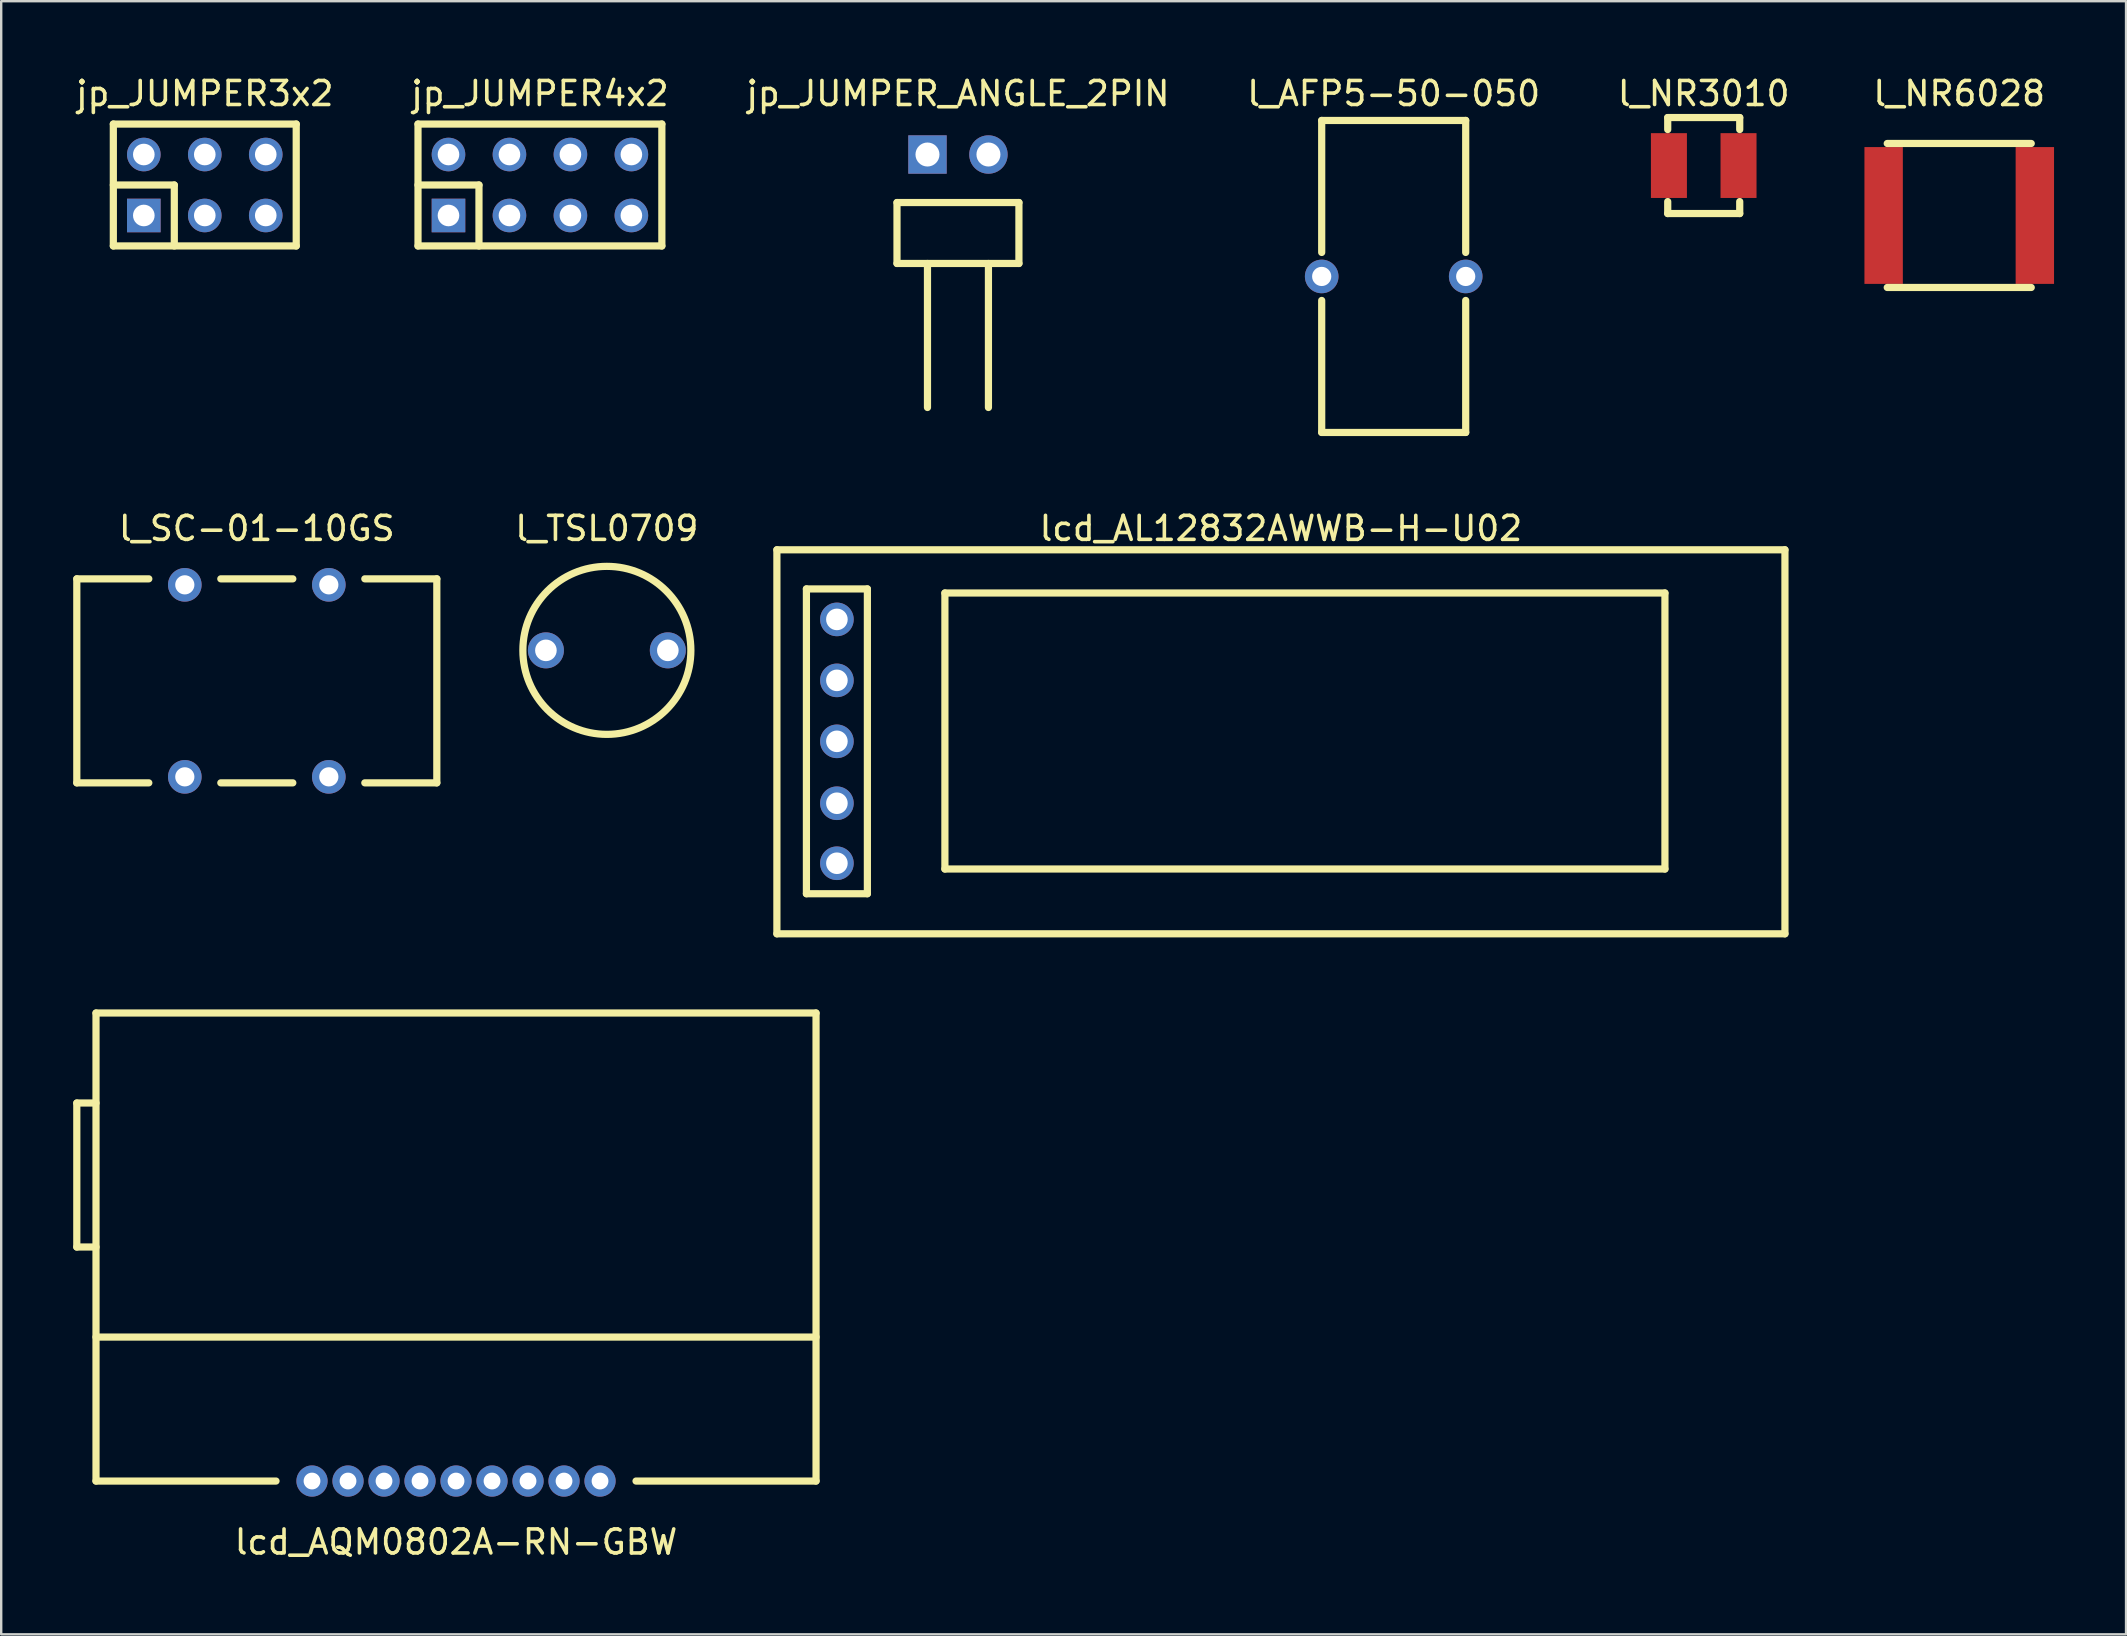
<source format=kicad_pcb>
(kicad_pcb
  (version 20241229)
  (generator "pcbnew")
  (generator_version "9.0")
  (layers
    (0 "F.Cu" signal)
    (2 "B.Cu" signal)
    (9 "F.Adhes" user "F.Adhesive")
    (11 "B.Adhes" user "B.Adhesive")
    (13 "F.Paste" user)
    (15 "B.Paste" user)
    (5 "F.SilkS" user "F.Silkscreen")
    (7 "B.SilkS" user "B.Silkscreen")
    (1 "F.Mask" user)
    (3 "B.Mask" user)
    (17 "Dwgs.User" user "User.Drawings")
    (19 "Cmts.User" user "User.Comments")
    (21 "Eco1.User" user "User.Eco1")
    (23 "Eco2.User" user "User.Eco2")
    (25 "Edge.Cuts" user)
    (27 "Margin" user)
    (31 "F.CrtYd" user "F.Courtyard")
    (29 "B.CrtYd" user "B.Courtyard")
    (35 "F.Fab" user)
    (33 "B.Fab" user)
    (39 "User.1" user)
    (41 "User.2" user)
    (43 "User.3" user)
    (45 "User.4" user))
  (footprint "l_SC-01-10GS"
    (layer "F.Cu")
    (at 7.65 25.317)
    (property "Reference" "l_SC-01-10GS" (at 0 -6.35 0) (layer "F.SilkS") (effects (font (size 1 1) (thickness 0.15))))
    (attr through_hole)
    (fp_line (start -7.5 -4.25) (end -7.5 4.25) (stroke (width 0.3) (type solid)) (layer "F.SilkS"))
    (fp_line (start -7.5 -4.25) (end -4.5 -4.25) (stroke (width 0.3) (type solid)) (layer "F.SilkS"))
    (fp_line (start -7.5 4.25) (end -4.5 4.25) (stroke (width 0.3) (type solid)) (layer "F.SilkS"))
    (fp_line (start -1.5 -4.25) (end 1.5 -4.25) (stroke (width 0.3) (type solid)) (layer "F.SilkS"))
    (fp_line (start -1.5 4.25) (end 1.5 4.25) (stroke (width 0.3) (type solid)) (layer "F.SilkS"))
    (fp_line (start 7.5 -4.25) (end 4.5 -4.25) (stroke (width 0.3) (type solid)) (layer "F.SilkS"))
    (fp_line (start 7.5 -4.25) (end 7.5 4.25) (stroke (width 0.3) (type solid)) (layer "F.SilkS"))
    (fp_line (start 7.5 4.25) (end 4.5 4.25) (stroke (width 0.3) (type solid)) (layer "F.SilkS"))
    (pad "1" thru_hole circle (at -3 4) (size 1.4 1.4) (drill 0.8) (layers "*.Cu" "*.Mask"))
    (pad "2" thru_hole circle (at 3 4) (size 1.4 1.4) (drill 0.8) (layers "*.Cu" "*.Mask"))
    (pad "3" thru_hole circle (at 3 -4) (size 1.4 1.4) (drill 0.8) (layers "*.Cu" "*.Mask"))
    (pad "4" thru_hole circle (at -3 -4) (size 1.4 1.4) (drill 0.8) (layers "*.Cu" "*.Mask")))
  (footprint "lcd_AL12832AWWB-H-U02"
    (layer "F.Cu")
    (at 50.319 27.857)
    (property "Reference" "lcd_AL12832AWWB-H-U02" (at 0 -8.89 0) (layer "F.SilkS") (effects (font (size 1 1) (thickness 0.15))))
    (attr through_hole)
    (fp_line (start -21 -8) (end -21 8) (stroke (width 0.3) (type solid)) (layer "F.SilkS"))
    (fp_line (start -21 8) (end 21 8) (stroke (width 0.3) (type solid)) (layer "F.SilkS"))
    (fp_line (start -19.77 -6.37) (end -19.77 6.33) (stroke (width 0.3) (type solid)) (layer "F.SilkS"))
    (fp_line (start -19.77 6.33) (end -17.23 6.33) (stroke (width 0.3) (type solid)) (layer "F.SilkS"))
    (fp_line (start -17.23 -6.37) (end -19.77 -6.37) (stroke (width 0.3) (type solid)) (layer "F.SilkS"))
    (fp_line (start -17.23 6.33) (end -17.23 -6.37) (stroke (width 0.3) (type solid)) (layer "F.SilkS"))
    (fp_line (start -14 -6.2) (end -14 5.3) (stroke (width 0.3) (type solid)) (layer "F.SilkS"))
    (fp_line (start -14 5.3) (end 16 5.3) (stroke (width 0.3) (type solid)) (layer "F.SilkS"))
    (fp_line (start 16 -6.2) (end -14 -6.2) (stroke (width 0.3) (type solid)) (layer "F.SilkS"))
    (fp_line (start 16 5.3) (end 16 -6.2) (stroke (width 0.3) (type solid)) (layer "F.SilkS"))
    (fp_line (start 21 -8) (end -21 -8) (stroke (width 0.3) (type solid)) (layer "F.SilkS"))
    (fp_line (start 21 8) (end 21 -8) (stroke (width 0.3) (type solid)) (layer "F.SilkS"))
    (pad "1" thru_hole circle (at -18.5 5.06) (size 1.4 1.4) (drill 0.9) (layers "*.Cu" "*.Mask"))
    (pad "2" thru_hole circle (at -18.5 2.56) (size 1.4 1.4) (drill 0.9) (layers "*.Cu" "*.Mask"))
    (pad "3" thru_hole circle (at -18.5 -0.02) (size 1.4 1.4) (drill 0.9) (layers "*.Cu" "*.Mask"))
    (pad "4" thru_hole circle (at -18.5 -2.56) (size 1.4 1.4) (drill 0.9) (layers "*.Cu" "*.Mask"))
    (pad "5" thru_hole circle (at -18.5 -5.1) (size 1.4 1.4) (drill 0.9) (layers "*.Cu" "*.Mask")))
  (footprint "lcd_AQM0802A-RN-GBW"
    (layer "F.Cu")
    (at 15.95 58.657)
    (property "Reference" "lcd_AQM0802A-RN-GBW" (at 0 2.54 0) (layer "F.SilkS") (effects (font (size 1 1) (thickness 0.15))))
    (attr through_hole)
    (fp_line (start -15.8 -15.75) (end -15.8 -9.75) (stroke (width 0.3) (type solid)) (layer "F.SilkS"))
    (fp_line (start -15.8 -9.75) (end -15 -9.75) (stroke (width 0.3) (type solid)) (layer "F.SilkS"))
    (fp_line (start -15 -19.5) (end 15 -19.5) (stroke (width 0.3) (type solid)) (layer "F.SilkS"))
    (fp_line (start -15 -15.75) (end -15.8 -15.75) (stroke (width 0.3) (type solid)) (layer "F.SilkS"))
    (fp_line (start -15 -6) (end 15 -6) (stroke (width 0.3) (type solid)) (layer "F.SilkS"))
    (fp_line (start -15 0) (end -15 -19.5) (stroke (width 0.3) (type solid)) (layer "F.SilkS"))
    (fp_line (start -15 0) (end -7.5 0) (stroke (width 0.3) (type solid)) (layer "F.SilkS"))
    (fp_line (start 7.5 0) (end 15 0) (stroke (width 0.3) (type solid)) (layer "F.SilkS"))
    (fp_line (start 15 0) (end 15 -19.5) (stroke (width 0.3) (type solid)) (layer "F.SilkS"))
    (pad "1" thru_hole circle (at -6 0) (size 1.3 1.3) (drill 0.7) (layers "*.Cu" "*.Mask"))
    (pad "2" thru_hole circle (at -4.5 0) (size 1.3 1.3) (drill 0.7) (layers "*.Cu" "*.Mask"))
    (pad "3" thru_hole circle (at -3 0) (size 1.3 1.3) (drill 0.7) (layers "*.Cu" "*.Mask"))
    (pad "4" thru_hole circle (at -1.5 0) (size 1.3 1.3) (drill 0.7) (layers "*.Cu" "*.Mask"))
    (pad "5" thru_hole circle (at 0 0) (size 1.3 1.3) (drill 0.7) (layers "*.Cu" "*.Mask"))
    (pad "6" thru_hole circle (at 1.5 0) (size 1.3 1.3) (drill 0.7) (layers "*.Cu" "*.Mask"))
    (pad "7" thru_hole circle (at 3 0) (size 1.3 1.3) (drill 0.7) (layers "*.Cu" "*.Mask"))
    (pad "8" thru_hole circle (at 4.5 0) (size 1.3 1.3) (drill 0.7) (layers "*.Cu" "*.Mask"))
    (pad "9" thru_hole circle (at 6 0) (size 1.3 1.3) (drill 0.7) (layers "*.Cu" "*.Mask")))
  (footprint "l_NR6028"
    (layer "F.Cu")
    (at 78.581 5.928)
    (property "Reference" "l_NR6028" (at 0 -5.08 0) (layer "F.SilkS") (effects (font (size 1 1) (thickness 0.15))))
    (attr through_hole)
    (fp_line (start -3 -3) (end 3 -3) (stroke (width 0.3) (type solid)) (layer "F.SilkS"))
    (fp_line (start -3 3) (end 3 3) (stroke (width 0.3) (type solid)) (layer "F.SilkS"))
    (pad "1" smd rect (at -3.15 0) (size 1.6 5.7) (layers "F.Cu" "F.Mask" "F.Paste"))
    (pad "2" smd rect (at 3.15 0) (size 1.6 5.7) (layers "F.Cu" "F.Mask" "F.Paste")))
  (footprint "l_TSL0709"
    (layer "F.Cu")
    (at 22.235 24.047)
    (property "Reference" "l_TSL0709" (at 0 -5.08 0) (layer "F.SilkS") (effects (font (size 1 1) (thickness 0.15))))
    (attr through_hole)
    (fp_circle (center 0 0) (end 3.5 0) (stroke (width 0.3) (type solid)) (fill no) (layer "F.SilkS"))
    (pad "1" thru_hole circle (at -2.54 0) (size 1.5 1.5) (drill 0.9) (layers "*.Cu" "*.Mask"))
    (pad "2" thru_hole circle (at 2.54 0) (size 1.5 1.5) (drill 0.9) (layers "*.Cu" "*.Mask")))
  (footprint "l_NR3010"
    (layer "F.Cu")
    (at 67.935 3.848)
    (property "Reference" "l_NR3010" (at 0 -3 0) (layer "F.SilkS") (effects (font (size 1 1) (thickness 0.15))))
    (attr smd)
    (fp_line (start -1.5 -2) (end 1.5 -2) (stroke (width 0.3) (type solid)) (layer "F.SilkS"))
    (fp_line (start -1.5 -1.5) (end -1.5 -2) (stroke (width 0.3) (type solid)) (layer "F.SilkS"))
    (fp_line (start -1.5 2) (end -1.5 1.5) (stroke (width 0.3) (type solid)) (layer "F.SilkS"))
    (fp_line (start 1.5 -2) (end 1.5 -1.5) (stroke (width 0.3) (type solid)) (layer "F.SilkS"))
    (fp_line (start 1.5 1.5) (end 1.5 2) (stroke (width 0.3) (type solid)) (layer "F.SilkS"))
    (fp_line (start 1.5 2) (end -1.5 2) (stroke (width 0.3) (type solid)) (layer "F.SilkS"))
    (pad "1" smd rect (at -1.45 0) (size 1.5 2.7) (layers "F.Cu" "F.Mask" "F.Paste"))
    (pad "2" smd rect (at 1.45 0) (size 1.5 2.7) (layers "F.Cu" "F.Mask" "F.Paste")))
  (footprint "jp_JUMPER3x2"
    (layer "F.Cu")
    (at 5.482 4.658)
    (property "Reference" "jp_JUMPER3x2" (at 0 -3.81 0) (layer "F.SilkS") (effects (font (size 1 1) (thickness 0.15))))
    (attr through_hole)
    (fp_line (start -3.81 -2.54) (end -3.81 2.54) (stroke (width 0.3) (type solid)) (layer "F.SilkS"))
    (fp_line (start -3.81 0) (end -1.27 0) (stroke (width 0.3) (type solid)) (layer "F.SilkS"))
    (fp_line (start -3.81 2.54) (end 3.81 2.54) (stroke (width 0.3) (type solid)) (layer "F.SilkS"))
    (fp_line (start -1.27 0) (end -1.27 2.54) (stroke (width 0.3) (type solid)) (layer "F.SilkS"))
    (fp_line (start 3.81 -2.54) (end -3.81 -2.54) (stroke (width 0.3) (type solid)) (layer "F.SilkS"))
    (fp_line (start 3.81 2.54) (end 3.81 -2.54) (stroke (width 0.3) (type solid)) (layer "F.SilkS"))
    (pad "1" thru_hole rect (at -2.54 1.27) (size 1.4 1.4) (drill 0.9) (layers "*.Cu" "*.Mask"))
    (pad "2" thru_hole circle (at 0 1.27) (size 1.4 1.4) (drill 0.9) (layers "*.Cu" "*.Mask"))
    (pad "3" thru_hole circle (at 2.54 1.27) (size 1.4 1.4) (drill 0.9) (layers "*.Cu" "*.Mask"))
    (pad "4" thru_hole circle (at 2.54 -1.27) (size 1.4 1.4) (drill 0.9) (layers "*.Cu" "*.Mask"))
    (pad "5" thru_hole circle (at 0 -1.27) (size 1.4 1.4) (drill 0.9) (layers "*.Cu" "*.Mask"))
    (pad "6" thru_hole circle (at -2.54 -1.27) (size 1.4 1.4) (drill 0.9) (layers "*.Cu" "*.Mask")))
  (footprint "jp_JUMPER4x2"
    (layer "F.Cu")
    (at 19.446 4.658)
    (property "Reference" "jp_JUMPER4x2" (at 0 -3.81 0) (layer "F.SilkS") (effects (font (size 1 1) (thickness 0.15))))
    (attr through_hole)
    (fp_line (start -5.08 -2.54) (end -5.08 2.54) (stroke (width 0.3) (type solid)) (layer "F.SilkS"))
    (fp_line (start -5.08 0) (end -2.54 0) (stroke (width 0.3) (type solid)) (layer "F.SilkS"))
    (fp_line (start -5.08 2.54) (end 5.08 2.54) (stroke (width 0.3) (type solid)) (layer "F.SilkS"))
    (fp_line (start -2.54 0) (end -2.54 2.54) (stroke (width 0.3) (type solid)) (layer "F.SilkS"))
    (fp_line (start 5.08 -2.54) (end -5.08 -2.54) (stroke (width 0.3) (type solid)) (layer "F.SilkS"))
    (fp_line (start 5.08 2.54) (end 5.08 -2.54) (stroke (width 0.3) (type solid)) (layer "F.SilkS"))
    (pad "1" thru_hole rect (at -3.81 1.27) (size 1.4 1.4) (drill 0.9) (layers "*.Cu" "*.Mask"))
    (pad "2" thru_hole circle (at -1.27 1.27) (size 1.4 1.4) (drill 0.9) (layers "*.Cu" "*.Mask"))
    (pad "3" thru_hole circle (at 1.27 1.27) (size 1.4 1.4) (drill 0.9) (layers "*.Cu" "*.Mask"))
    (pad "4" thru_hole circle (at 3.81 1.27) (size 1.4 1.4) (drill 0.9) (layers "*.Cu" "*.Mask"))
    (pad "5" thru_hole circle (at 3.81 -1.27) (size 1.4 1.4) (drill 0.9) (layers "*.Cu" "*.Mask"))
    (pad "6" thru_hole circle (at 1.27 -1.27) (size 1.4 1.4) (drill 0.9) (layers "*.Cu" "*.Mask"))
    (pad "7" thru_hole circle (at -1.27 -1.27) (size 1.4 1.4) (drill 0.9) (layers "*.Cu" "*.Mask"))
    (pad "8" thru_hole circle (at -3.81 -1.27) (size 1.4 1.4) (drill 0.9) (layers "*.Cu" "*.Mask")))
  (footprint "jp_JUMPER_ANGLE_2PIN"
    (layer "F.Cu")
    (at 36.863 3.388)
    (property "Reference" "jp_JUMPER_ANGLE_2PIN" (at 0 -2.54 0) (layer "F.SilkS") (effects (font (size 1 1) (thickness 0.15))))
    (attr through_hole)
    (fp_line (start -2.54 2) (end 2.54 2) (stroke (width 0.3) (type solid)) (layer "F.SilkS"))
    (fp_line (start -2.54 4.54) (end -2.54 2) (stroke (width 0.3) (type solid)) (layer "F.SilkS"))
    (fp_line (start -2.54 4.54) (end 2.54 4.54) (stroke (width 0.3) (type solid)) (layer "F.SilkS"))
    (fp_line (start -1.27 4.54) (end -1.27 10.54) (stroke (width 0.3) (type solid)) (layer "F.SilkS"))
    (fp_line (start 1.27 4.54) (end 1.27 10.54) (stroke (width 0.3) (type solid)) (layer "F.SilkS"))
    (fp_line (start 2.54 4.54) (end 2.54 2) (stroke (width 0.3) (type solid)) (layer "F.SilkS"))
    (pad "1" thru_hole rect (at -1.27 0) (size 1.6 1.6) (drill 1) (layers "*.Cu" "*.Mask"))
    (pad "2" thru_hole circle (at 1.27 0) (size 1.6 1.6) (drill 1) (layers "*.Cu" "*.Mask")))
  (footprint "l_AFP5-50-050"
    (layer "F.Cu")
    (at 55.018 8.468)
    (property "Reference" "l_AFP5-50-050" (at 0 -7.62 0) (layer "F.SilkS") (effects (font (size 1 1) (thickness 0.15))))
    (attr through_hole)
    (fp_line (start -3 -6.5) (end -3 -1) (stroke (width 0.3) (type solid)) (layer "F.SilkS"))
    (fp_line (start -3 1) (end -3 6.5) (stroke (width 0.3) (type solid)) (layer "F.SilkS"))
    (fp_line (start -3 6.5) (end 3 6.5) (stroke (width 0.3) (type solid)) (layer "F.SilkS"))
    (fp_line (start 3 -6.5) (end -3 -6.5) (stroke (width 0.3) (type solid)) (layer "F.SilkS"))
    (fp_line (start 3 -1) (end 3 -6.5) (stroke (width 0.3) (type solid)) (layer "F.SilkS"))
    (fp_line (start 3 1) (end 3 6.5) (stroke (width 0.3) (type solid)) (layer "F.SilkS"))
    (pad "1" thru_hole circle (at -3 0) (size 1.4 1.4) (drill 0.8) (layers "*.Cu" "*.Mask"))
    (pad "2" thru_hole circle (at 3 0) (size 1.4 1.4) (drill 0.8) (layers "*.Cu" "*.Mask")))
  (gr_rect
    (start -3 -3)
    (end 85.531 65.045)
    (stroke (width 0.1) (type default))
    (fill no)
    (layer "Edge.Cuts")))
</source>
